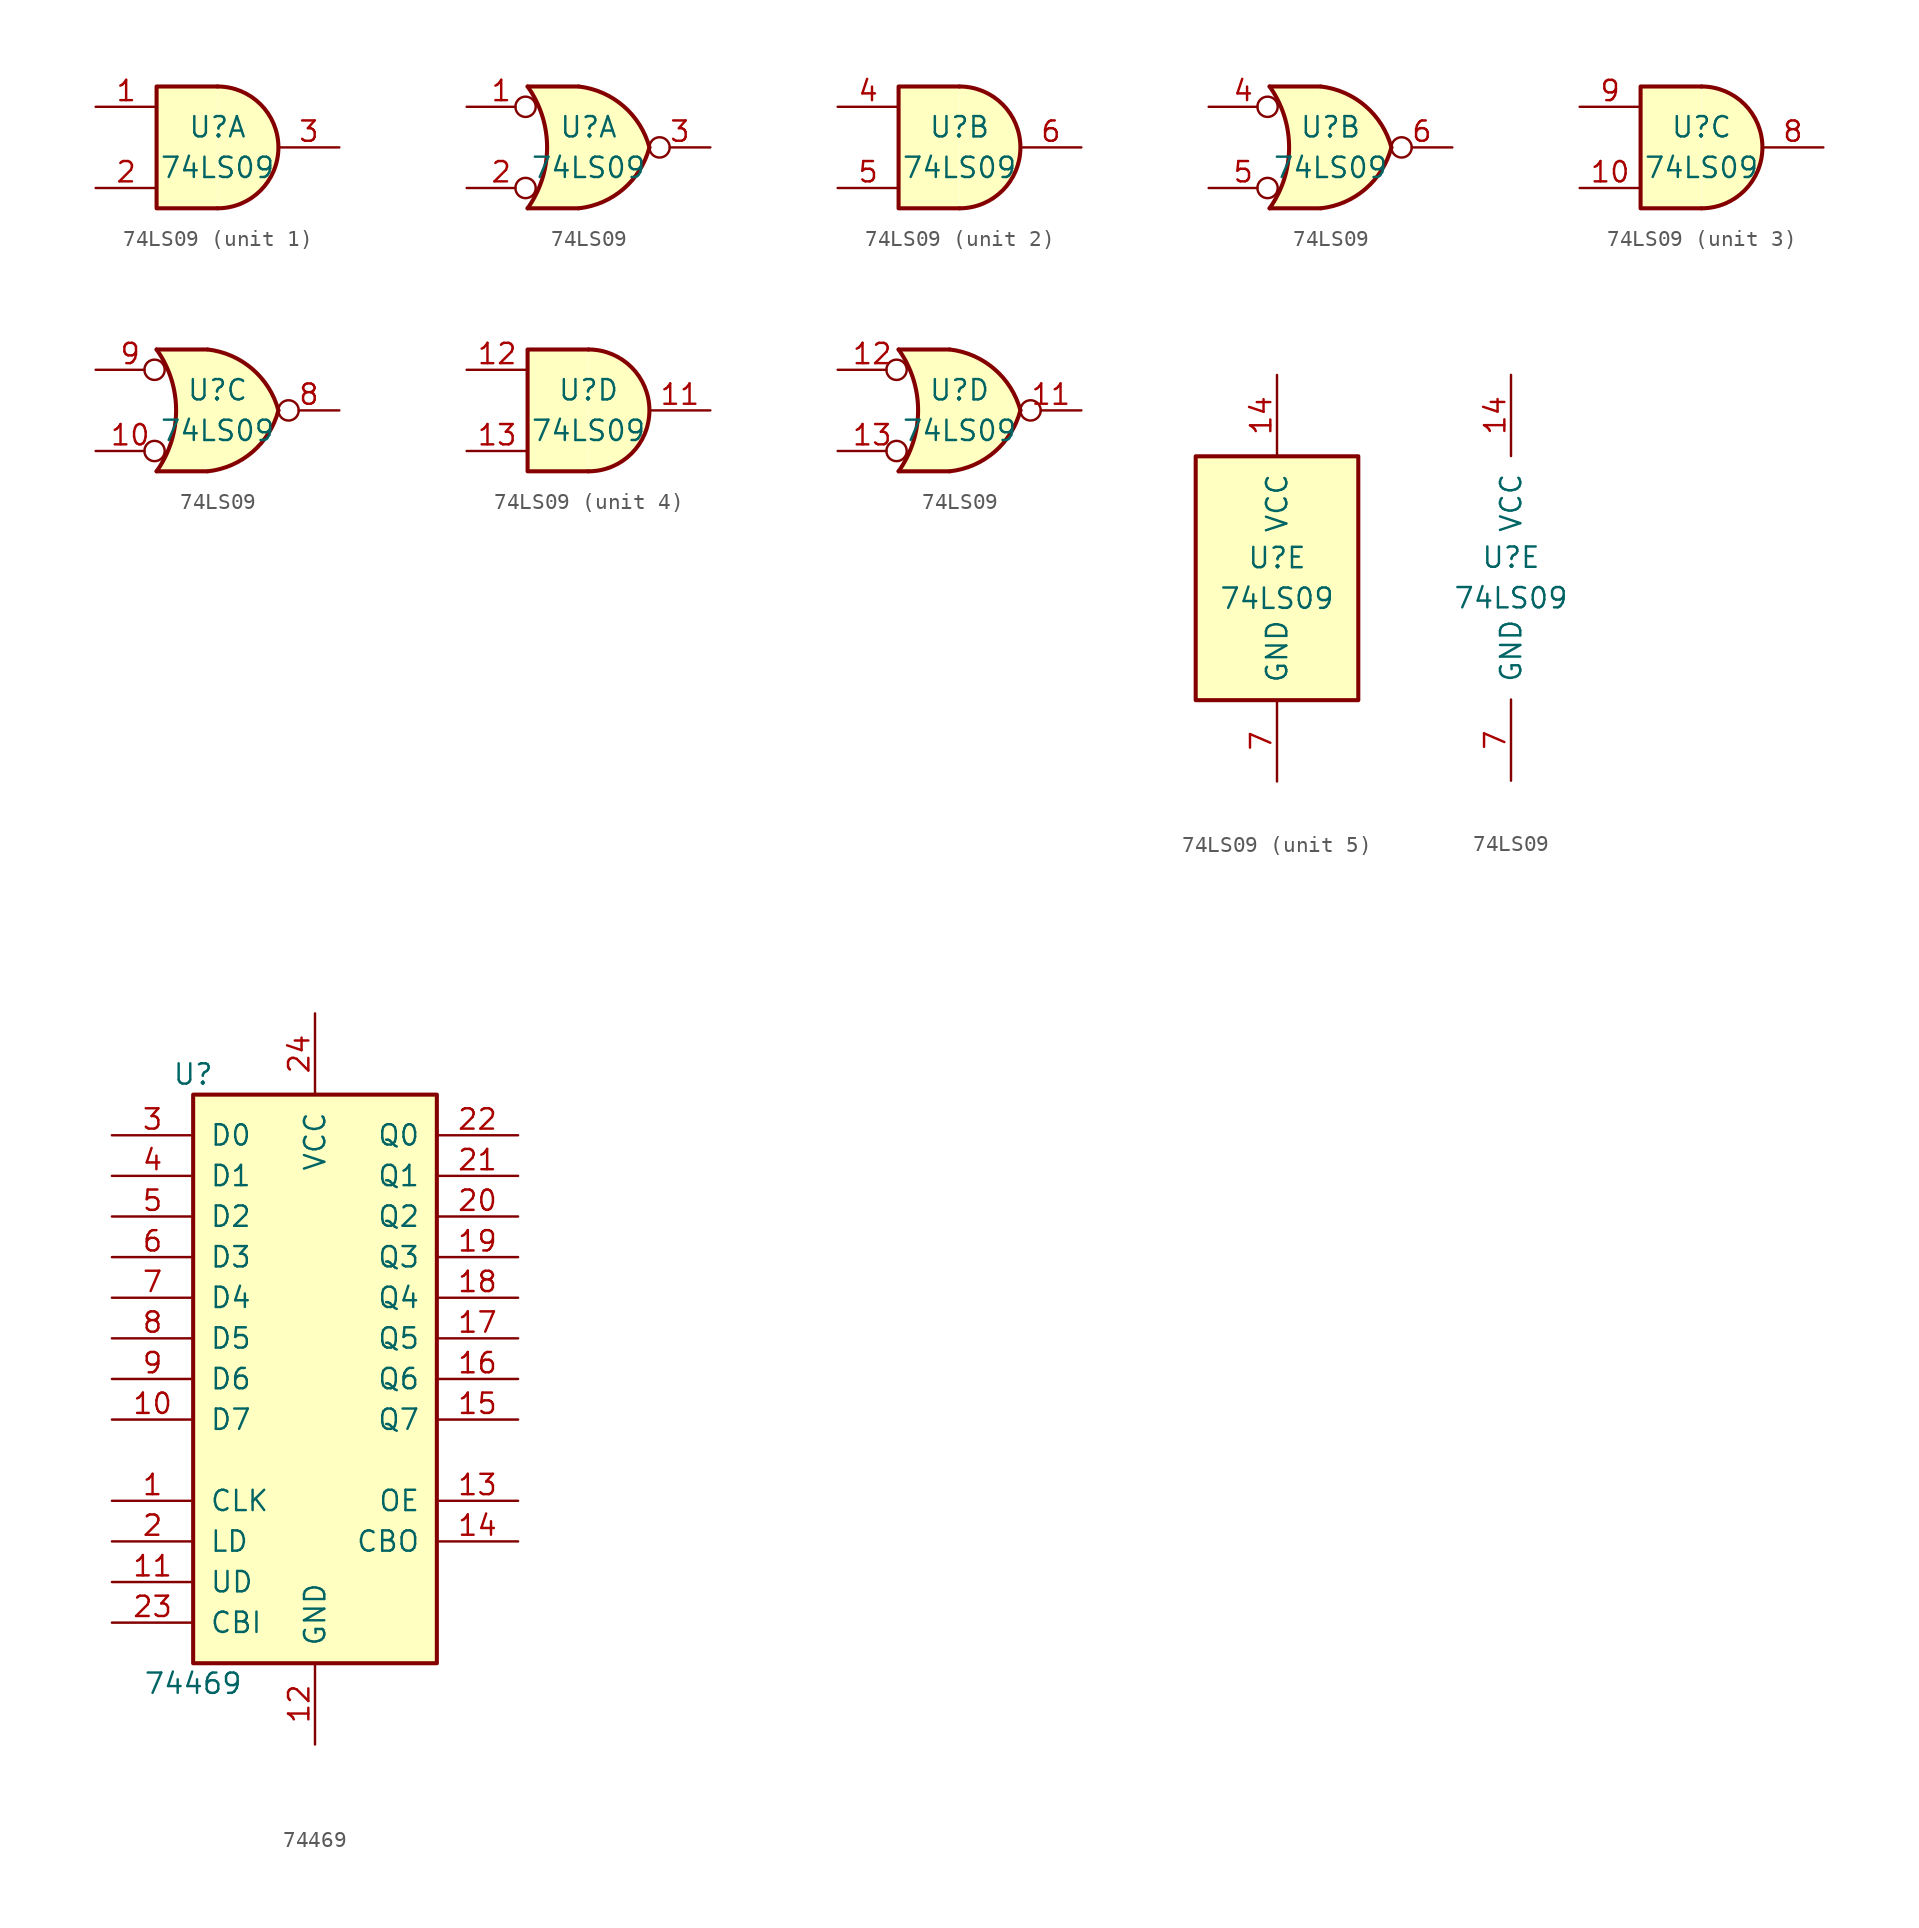
<source format=kicad_sym>
(kicad_symbol_lib
  (version 20241209)
  (generator "kicad_symbol_editor")
  (generator_version "9.0")
  (symbol "74LS09"
    (pin_names
      (offset 1.016))
    (property "Reference" "U"
      (at 0 1.27 0)
      (effects (font (size 1.27 1.27))))
    (property "Value" "74LS09"
      (at 0 -1.27 0)
      (effects (font (size 1.27 1.27))))
    (property "ki_locked" ""
      (at 0 0 0)
      (effects (font (size 1.27 1.27))))
    (symbol "74LS09_1_1"
      (polyline (pts (xy 0 3.81) (xy -3.81 3.81) (xy -3.81 -3.81) (xy 0 -3.81)) (stroke (width 0.254) (type solid)) (fill (type background)))
      (arc (start 0 3.81) (mid 3.81 0) (end 0 -3.81) (stroke (width 0.254) (type solid)) (fill (type background)))
      (pin input line (at -7.62 2.54 0) (length 3.81) (name "~" (effects (font (size 1.27 1.27)))) (number "1" (effects (font (size 1.27 1.27)))))
      (pin input line (at -7.62 -2.54 0) (length 3.81) (name "~" (effects (font (size 1.27 1.27)))) (number "2" (effects (font (size 1.27 1.27)))))
      (pin open_collector line (at 7.62 0 180) (length 3.81) (name "~" (effects (font (size 1.27 1.27)))) (number "3" (effects (font (size 1.27 1.27))))))
    (symbol "74LS09_1_2"
      (arc (start -3.81 3.81) (mid -2.589 0) (end -3.81 -3.81) (stroke (width 0.254) (type solid)) (fill (type none)))
      (polyline (pts (xy -3.81 3.81) (xy -0.635 3.81)) (stroke (width 0.254) (type solid)) (fill (type background)))
      (polyline (pts (xy -3.81 -3.81) (xy -0.635 -3.81)) (stroke (width 0.254) (type solid)) (fill (type background)))
      (arc (start 3.81 0) (mid 2.1915 -2.5936) (end -0.6096 -3.81) (stroke (width 0.254) (type solid)) (fill (type background)))
      (arc (start -0.6096 3.81) (mid 2.1842 2.5851) (end 3.81 0) (stroke (width 0.254) (type solid)) (fill (type background)))
      (polyline (pts (xy -0.635 3.81) (xy -3.81 3.81) (xy -3.81 3.81) (xy -3.556 3.404) (xy -3.023 2.261) (xy -2.692 1.041) (xy -2.616 -0.254) (xy -2.769 -1.499) (xy -3.175 -2.718) (xy -3.81 -3.81) (xy -3.81 -3.81) (xy -0.635 -3.81)) (stroke (width -25.4) (type solid)) (fill (type background)))
      (pin input inverted (at -7.62 2.54 0) (length 4.318) (name "~" (effects (font (size 1.27 1.27)))) (number "1" (effects (font (size 1.27 1.27)))))
      (pin input inverted (at -7.62 -2.54 0) (length 4.318) (name "~" (effects (font (size 1.27 1.27)))) (number "2" (effects (font (size 1.27 1.27)))))
      (pin output inverted (at 7.62 0 180) (length 3.81) (name "~" (effects (font (size 1.27 1.27)))) (number "3" (effects (font (size 1.27 1.27))))))
    (symbol "74LS09_2_1"
      (polyline (pts (xy 0 3.81) (xy -3.81 3.81) (xy -3.81 -3.81) (xy 0 -3.81)) (stroke (width 0.254) (type solid)) (fill (type background)))
      (arc (start 0 3.81) (mid 3.81 0) (end 0 -3.81) (stroke (width 0.254) (type solid)) (fill (type background)))
      (pin input line (at -7.62 2.54 0) (length 3.81) (name "~" (effects (font (size 1.27 1.27)))) (number "4" (effects (font (size 1.27 1.27)))))
      (pin input line (at -7.62 -2.54 0) (length 3.81) (name "~" (effects (font (size 1.27 1.27)))) (number "5" (effects (font (size 1.27 1.27)))))
      (pin open_collector line (at 7.62 0 180) (length 3.81) (name "~" (effects (font (size 1.27 1.27)))) (number "6" (effects (font (size 1.27 1.27))))))
    (symbol "74LS09_2_2"
      (arc (start -3.81 3.81) (mid -2.589 0) (end -3.81 -3.81) (stroke (width 0.254) (type solid)) (fill (type none)))
      (polyline (pts (xy -3.81 3.81) (xy -0.635 3.81)) (stroke (width 0.254) (type solid)) (fill (type background)))
      (polyline (pts (xy -3.81 -3.81) (xy -0.635 -3.81)) (stroke (width 0.254) (type solid)) (fill (type background)))
      (arc (start 3.81 0) (mid 2.1915 -2.5936) (end -0.6096 -3.81) (stroke (width 0.254) (type solid)) (fill (type background)))
      (arc (start -0.6096 3.81) (mid 2.1842 2.5851) (end 3.81 0) (stroke (width 0.254) (type solid)) (fill (type background)))
      (polyline (pts (xy -0.635 3.81) (xy -3.81 3.81) (xy -3.81 3.81) (xy -3.556 3.404) (xy -3.023 2.261) (xy -2.692 1.041) (xy -2.616 -0.254) (xy -2.769 -1.499) (xy -3.175 -2.718) (xy -3.81 -3.81) (xy -3.81 -3.81) (xy -0.635 -3.81)) (stroke (width -25.4) (type solid)) (fill (type background)))
      (pin input inverted (at -7.62 2.54 0) (length 4.318) (name "~" (effects (font (size 1.27 1.27)))) (number "4" (effects (font (size 1.27 1.27)))))
      (pin input inverted (at -7.62 -2.54 0) (length 4.318) (name "~" (effects (font (size 1.27 1.27)))) (number "5" (effects (font (size 1.27 1.27)))))
      (pin output inverted (at 7.62 0 180) (length 3.81) (name "~" (effects (font (size 1.27 1.27)))) (number "6" (effects (font (size 1.27 1.27))))))
    (symbol "74LS09_3_1"
      (polyline (pts (xy 0 3.81) (xy -3.81 3.81) (xy -3.81 -3.81) (xy 0 -3.81)) (stroke (width 0.254) (type solid)) (fill (type background)))
      (arc (start 0 3.81) (mid 3.81 0) (end 0 -3.81) (stroke (width 0.254) (type solid)) (fill (type background)))
      (pin input line (at -7.62 2.54 0) (length 3.81) (name "~" (effects (font (size 1.27 1.27)))) (number "9" (effects (font (size 1.27 1.27)))))
      (pin input line (at -7.62 -2.54 0) (length 3.81) (name "~" (effects (font (size 1.27 1.27)))) (number "10" (effects (font (size 1.27 1.27)))))
      (pin open_collector line (at 7.62 0 180) (length 3.81) (name "~" (effects (font (size 1.27 1.27)))) (number "8" (effects (font (size 1.27 1.27))))))
    (symbol "74LS09_3_2"
      (arc (start -3.81 3.81) (mid -2.589 0) (end -3.81 -3.81) (stroke (width 0.254) (type solid)) (fill (type none)))
      (polyline (pts (xy -3.81 3.81) (xy -0.635 3.81)) (stroke (width 0.254) (type solid)) (fill (type background)))
      (polyline (pts (xy -3.81 -3.81) (xy -0.635 -3.81)) (stroke (width 0.254) (type solid)) (fill (type background)))
      (arc (start 3.81 0) (mid 2.1915 -2.5936) (end -0.6096 -3.81) (stroke (width 0.254) (type solid)) (fill (type background)))
      (arc (start -0.6096 3.81) (mid 2.1842 2.5851) (end 3.81 0) (stroke (width 0.254) (type solid)) (fill (type background)))
      (polyline (pts (xy -0.635 3.81) (xy -3.81 3.81) (xy -3.81 3.81) (xy -3.556 3.404) (xy -3.023 2.261) (xy -2.692 1.041) (xy -2.616 -0.254) (xy -2.769 -1.499) (xy -3.175 -2.718) (xy -3.81 -3.81) (xy -3.81 -3.81) (xy -0.635 -3.81)) (stroke (width -25.4) (type solid)) (fill (type background)))
      (pin input inverted (at -7.62 2.54 0) (length 4.318) (name "~" (effects (font (size 1.27 1.27)))) (number "9" (effects (font (size 1.27 1.27)))))
      (pin input inverted (at -7.62 -2.54 0) (length 4.318) (name "~" (effects (font (size 1.27 1.27)))) (number "10" (effects (font (size 1.27 1.27)))))
      (pin output inverted (at 7.62 0 180) (length 3.81) (name "~" (effects (font (size 1.27 1.27)))) (number "8" (effects (font (size 1.27 1.27))))))
    (symbol "74LS09_4_1"
      (polyline (pts (xy 0 3.81) (xy -3.81 3.81) (xy -3.81 -3.81) (xy 0 -3.81)) (stroke (width 0.254) (type solid)) (fill (type background)))
      (arc (start 0 3.81) (mid 3.81 0) (end 0 -3.81) (stroke (width 0.254) (type solid)) (fill (type background)))
      (pin input line (at -7.62 2.54 0) (length 3.81) (name "~" (effects (font (size 1.27 1.27)))) (number "12" (effects (font (size 1.27 1.27)))))
      (pin input line (at -7.62 -2.54 0) (length 3.81) (name "~" (effects (font (size 1.27 1.27)))) (number "13" (effects (font (size 1.27 1.27)))))
      (pin open_collector line (at 7.62 0 180) (length 3.81) (name "~" (effects (font (size 1.27 1.27)))) (number "11" (effects (font (size 1.27 1.27))))))
    (symbol "74LS09_4_2"
      (arc (start -3.81 3.81) (mid -2.589 0) (end -3.81 -3.81) (stroke (width 0.254) (type solid)) (fill (type none)))
      (polyline (pts (xy -3.81 3.81) (xy -0.635 3.81)) (stroke (width 0.254) (type solid)) (fill (type background)))
      (polyline (pts (xy -3.81 -3.81) (xy -0.635 -3.81)) (stroke (width 0.254) (type solid)) (fill (type background)))
      (arc (start 3.81 0) (mid 2.1915 -2.5936) (end -0.6096 -3.81) (stroke (width 0.254) (type solid)) (fill (type background)))
      (arc (start -0.6096 3.81) (mid 2.1842 2.5851) (end 3.81 0) (stroke (width 0.254) (type solid)) (fill (type background)))
      (polyline (pts (xy -0.635 3.81) (xy -3.81 3.81) (xy -3.81 3.81) (xy -3.556 3.404) (xy -3.023 2.261) (xy -2.692 1.041) (xy -2.616 -0.254) (xy -2.769 -1.499) (xy -3.175 -2.718) (xy -3.81 -3.81) (xy -3.81 -3.81) (xy -0.635 -3.81)) (stroke (width -25.4) (type solid)) (fill (type background)))
      (pin input inverted (at -7.62 2.54 0) (length 4.318) (name "~" (effects (font (size 1.27 1.27)))) (number "12" (effects (font (size 1.27 1.27)))))
      (pin input inverted (at -7.62 -2.54 0) (length 4.318) (name "~" (effects (font (size 1.27 1.27)))) (number "13" (effects (font (size 1.27 1.27)))))
      (pin output inverted (at 7.62 0 180) (length 3.81) (name "~" (effects (font (size 1.27 1.27)))) (number "11" (effects (font (size 1.27 1.27))))))
    (symbol "74LS09_5_0"
      (pin power_in line (at 0 12.7 270) (length 5.08) (name "VCC" (effects (font (size 1.27 1.27)))) (number "14" (effects (font (size 1.27 1.27)))))
      (pin power_in line (at 0 -12.7 90) (length 5.08) (name "GND" (effects (font (size 1.27 1.27)))) (number "7" (effects (font (size 1.27 1.27))))))
    (symbol "74LS09_5_1"
      (rectangle (start -5.08 7.62) (end 5.08 -7.62) (stroke (width 0.254) (type solid)) (fill (type background)))))
  (symbol "74469"
    (pin_names
      (offset 1.016))
    (property "Reference" "U"
      (at -7.62 19.05 0)
      (effects (font (size 1.27 1.27))))
    (property "Value" "74469"
      (at -7.62 -19.05 0)
      (effects (font (size 1.27 1.27))))
    (property "ki_locked" ""
      (at 0 0 0)
      (effects (font (size 1.27 1.27))))
    (symbol "74469_1_0"
      (pin input line (at -12.7 15.24 0) (length 5.08) (name "D0" (effects (font (size 1.27 1.27)))) (number "3" (effects (font (size 1.27 1.27)))))
      (pin input line (at -12.7 12.7 0) (length 5.08) (name "D1" (effects (font (size 1.27 1.27)))) (number "4" (effects (font (size 1.27 1.27)))))
      (pin input line (at -12.7 10.16 0) (length 5.08) (name "D2" (effects (font (size 1.27 1.27)))) (number "5" (effects (font (size 1.27 1.27)))))
      (pin input line (at -12.7 7.62 0) (length 5.08) (name "D3" (effects (font (size 1.27 1.27)))) (number "6" (effects (font (size 1.27 1.27)))))
      (pin input line (at -12.7 5.08 0) (length 5.08) (name "D4" (effects (font (size 1.27 1.27)))) (number "7" (effects (font (size 1.27 1.27)))))
      (pin input line (at -12.7 2.54 0) (length 5.08) (name "D5" (effects (font (size 1.27 1.27)))) (number "8" (effects (font (size 1.27 1.27)))))
      (pin input line (at -12.7 0 0) (length 5.08) (name "D6" (effects (font (size 1.27 1.27)))) (number "9" (effects (font (size 1.27 1.27)))))
      (pin input line (at -12.7 -2.54 0) (length 5.08) (name "D7" (effects (font (size 1.27 1.27)))) (number "10" (effects (font (size 1.27 1.27)))))
      (pin input line (at -12.7 -7.62 0) (length 5.08) (name "CLK" (effects (font (size 1.27 1.27)))) (number "1" (effects (font (size 1.27 1.27)))))
      (pin input line (at -12.7 -10.16 0) (length 5.08) (name "LD" (effects (font (size 1.27 1.27)))) (number "2" (effects (font (size 1.27 1.27)))))
      (pin input line (at -12.7 -12.7 0) (length 5.08) (name "UD" (effects (font (size 1.27 1.27)))) (number "11" (effects (font (size 1.27 1.27)))))
      (pin input line (at -12.7 -15.24 0) (length 5.08) (name "CBI" (effects (font (size 1.27 1.27)))) (number "23" (effects (font (size 1.27 1.27)))))
      (pin power_in line (at 0 22.86 270) (length 5.08) (name "VCC" (effects (font (size 1.27 1.27)))) (number "24" (effects (font (size 1.27 1.27)))))
      (pin power_in line (at 0 -22.86 90) (length 5.08) (name "GND" (effects (font (size 1.27 1.27)))) (number "12" (effects (font (size 1.27 1.27)))))
      (pin tri_state line (at 12.7 15.24 180) (length 5.08) (name "Q0" (effects (font (size 1.27 1.27)))) (number "22" (effects (font (size 1.27 1.27)))))
      (pin tri_state line (at 12.7 12.7 180) (length 5.08) (name "Q1" (effects (font (size 1.27 1.27)))) (number "21" (effects (font (size 1.27 1.27)))))
      (pin tri_state line (at 12.7 10.16 180) (length 5.08) (name "Q2" (effects (font (size 1.27 1.27)))) (number "20" (effects (font (size 1.27 1.27)))))
      (pin tri_state line (at 12.7 7.62 180) (length 5.08) (name "Q3" (effects (font (size 1.27 1.27)))) (number "19" (effects (font (size 1.27 1.27)))))
      (pin tri_state line (at 12.7 5.08 180) (length 5.08) (name "Q4" (effects (font (size 1.27 1.27)))) (number "18" (effects (font (size 1.27 1.27)))))
      (pin tri_state line (at 12.7 2.54 180) (length 5.08) (name "Q5" (effects (font (size 1.27 1.27)))) (number "17" (effects (font (size 1.27 1.27)))))
      (pin tri_state line (at 12.7 0 180) (length 5.08) (name "Q6" (effects (font (size 1.27 1.27)))) (number "16" (effects (font (size 1.27 1.27)))))
      (pin tri_state line (at 12.7 -2.54 180) (length 5.08) (name "Q7" (effects (font (size 1.27 1.27)))) (number "15" (effects (font (size 1.27 1.27)))))
      (pin input line (at 12.7 -7.62 180) (length 5.08) (name "OE" (effects (font (size 1.27 1.27)))) (number "13" (effects (font (size 1.27 1.27)))))
      (pin output line (at 12.7 -10.16 180) (length 5.08) (name "CBO" (effects (font (size 1.27 1.27)))) (number "14" (effects (font (size 1.27 1.27))))))
    (symbol "74469_1_1"
      (rectangle (start -7.62 17.78) (end 7.62 -17.78) (stroke (width 0.254) (type solid)) (fill (type background))))))
</source>
